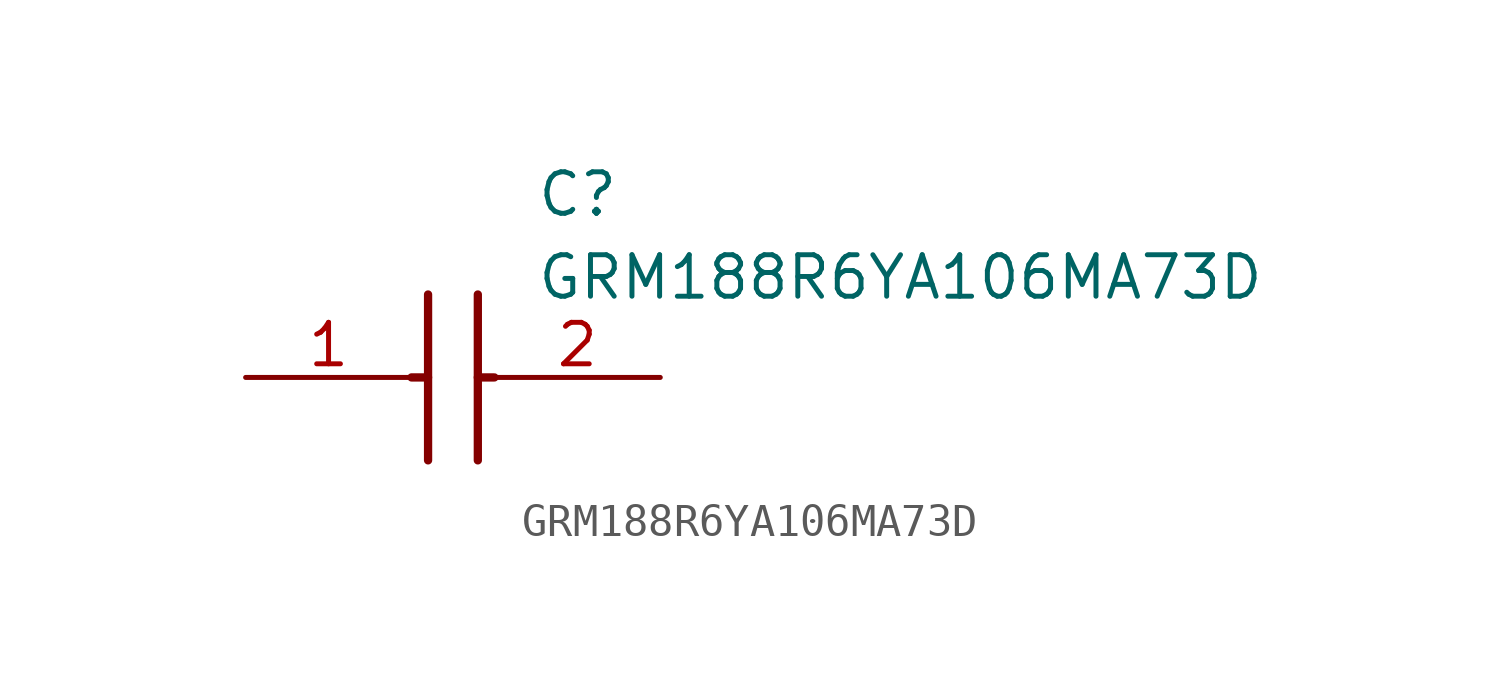
<source format=kicad_sym>
(kicad_symbol_lib
  (version 20211014)
  (generator SamacSys_ECAD_Model)
  (symbol "GRM188R6YA106MA73D"
    (pin_names hide)
    (property "Reference" "C"
      (at 8.89 6.35 0)
      (effects (font (size 1.27 1.27)) (justify left top)))
    (property "Value" "GRM188R6YA106MA73D"
      (at 8.89 3.81 0)
      (effects (font (size 1.27 1.27)) (justify left top)))
    (polyline
      (pts (xy 5.588 2.54) (xy 5.588 -2.54))
      (stroke (width 0.254) (type default))
      (fill (type none)))
    (polyline
      (pts (xy 7.112 2.54) (xy 7.112 -2.54))
      (stroke (width 0.254) (type default))
      (fill (type none)))
    (polyline
      (pts (xy 5.08 0) (xy 5.588 0))
      (stroke (width 0.254) (type default))
      (fill (type none)))
    (polyline
      (pts (xy 7.112 0) (xy 7.62 0))
      (stroke (width 0.254) (type default))
      (fill (type none)))
    (pin passive line
      (at 0 0 0)
      (length 5.08)
      (name "1" (effects (font (size 1.27 1.27))))
      (number "1" (effects (font (size 1.27 1.27)))))
    (pin passive line
      (at 12.7 0 180)
      (length 5.08)
      (name "2" (effects (font (size 1.27 1.27))))
      (number "2" (effects (font (size 1.27 1.27)))))))
</source>
